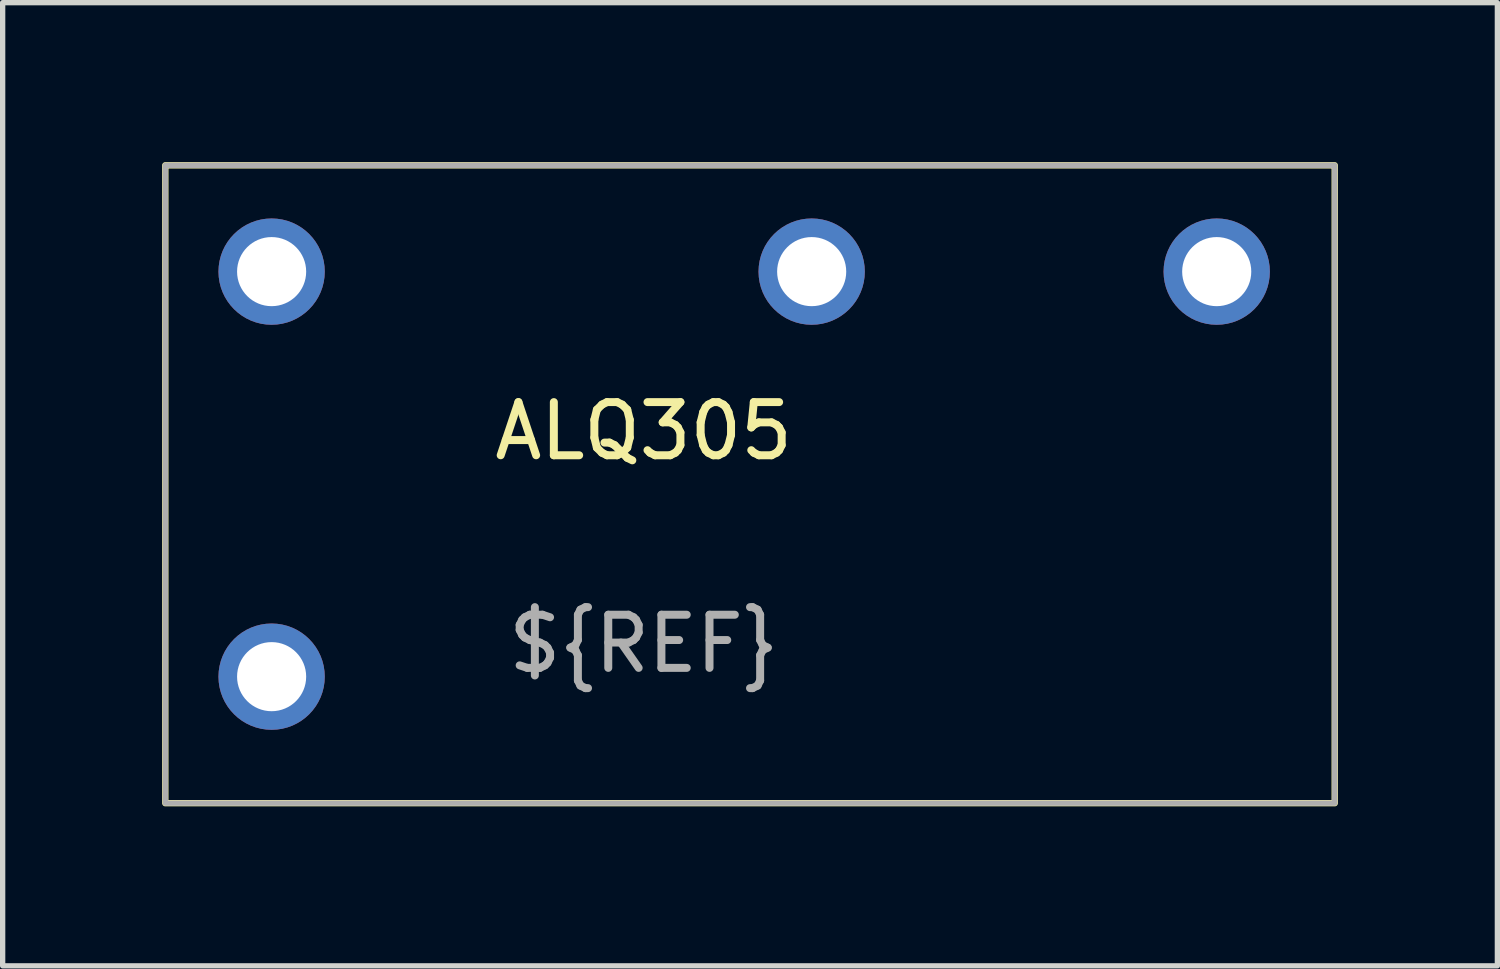
<source format=kicad_pcb>
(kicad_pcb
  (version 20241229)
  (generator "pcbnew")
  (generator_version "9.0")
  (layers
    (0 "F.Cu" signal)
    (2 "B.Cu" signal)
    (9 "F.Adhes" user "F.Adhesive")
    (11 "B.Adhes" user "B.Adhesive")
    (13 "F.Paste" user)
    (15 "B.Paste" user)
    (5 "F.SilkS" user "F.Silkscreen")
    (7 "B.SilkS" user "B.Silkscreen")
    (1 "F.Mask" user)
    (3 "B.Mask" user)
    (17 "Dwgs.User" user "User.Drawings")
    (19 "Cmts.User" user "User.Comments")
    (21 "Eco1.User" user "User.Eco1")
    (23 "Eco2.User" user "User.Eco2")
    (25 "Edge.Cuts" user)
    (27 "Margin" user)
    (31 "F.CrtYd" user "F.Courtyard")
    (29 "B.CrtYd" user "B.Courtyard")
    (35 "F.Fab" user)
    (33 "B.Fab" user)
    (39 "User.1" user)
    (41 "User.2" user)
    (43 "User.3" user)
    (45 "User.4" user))
  (footprint "ALQ305"
    (layer "F.Cu")
    (at 2.06 2.06)
    (property "Reference" "ALQ305" (at 7 3 0) (unlocked yes) (layer "F.SilkS") (effects (font (size 1 1) (thickness 0.15))))
    (attr through_hole)
    (fp_rect (start -2 10) (end 20 -2) (stroke (width 0.12) (type solid)) (fill no) (layer "F.SilkS"))
    (fp_rect (start -2 10) (end 20 -2) (stroke (width 0.1) (type solid)) (fill no) (layer "F.Fab"))
    (fp_text user "${REF}" (at 7 7 0) (unlocked yes) (layer "F.Fab") (effects (font (size 1 1) (thickness 0.15))))
    (pad "1" thru_hole circle (at 0 0) (size 2 2) (drill 1.3) (layers "*.Cu" "*.Mask"))
    (pad "2" thru_hole circle (at 0 7.62) (size 2 2) (drill 1.3) (layers "*.Cu" "*.Mask"))
    (pad "3" thru_hole circle (at 10.16 0) (size 2 2) (drill 1.3) (layers "*.Cu" "*.Mask"))
    (pad "4" thru_hole circle (at 17.78 0) (size 2 2) (drill 1.3) (layers "*.Cu" "*.Mask")))
  (gr_rect
    (start -3 -3)
    (end 25.12 15.12)
    (stroke (width 0.1) (type default))
    (fill no)
    (layer "Edge.Cuts")))
</source>
